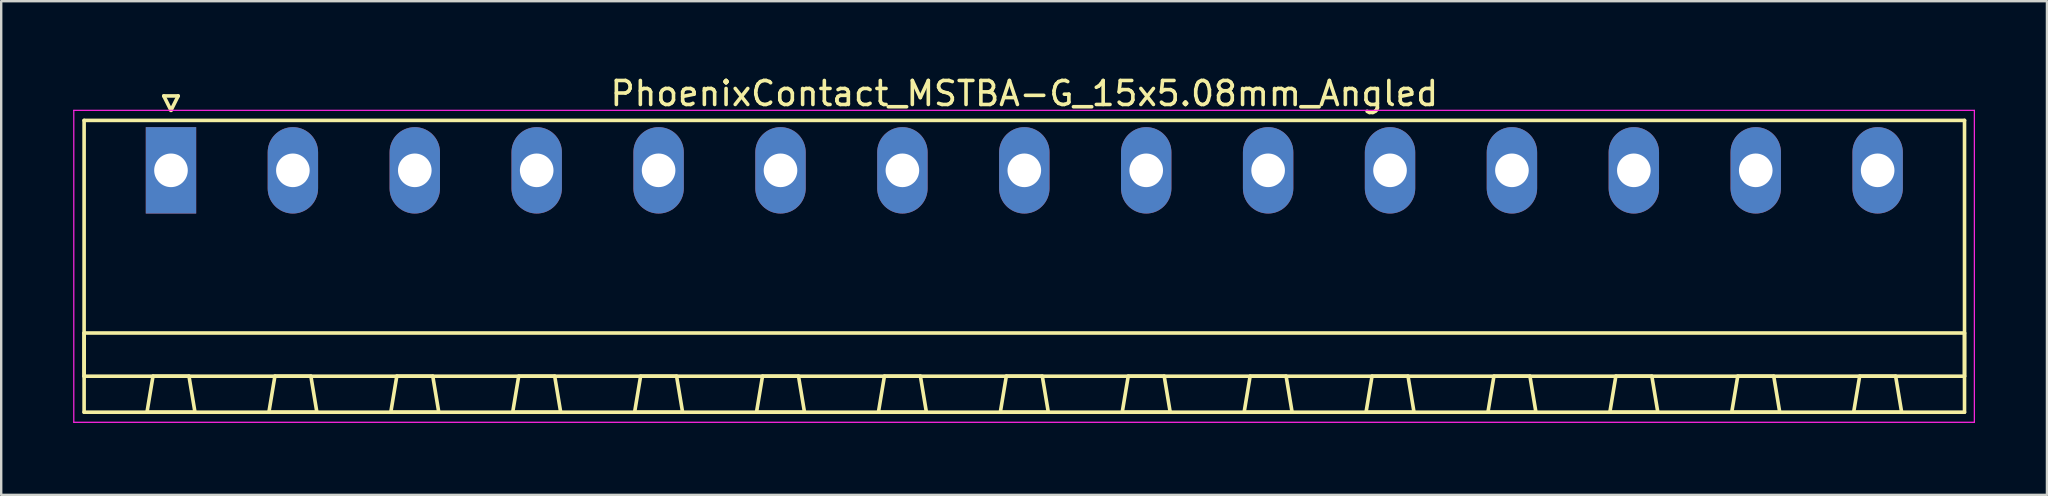
<source format=kicad_pcb>
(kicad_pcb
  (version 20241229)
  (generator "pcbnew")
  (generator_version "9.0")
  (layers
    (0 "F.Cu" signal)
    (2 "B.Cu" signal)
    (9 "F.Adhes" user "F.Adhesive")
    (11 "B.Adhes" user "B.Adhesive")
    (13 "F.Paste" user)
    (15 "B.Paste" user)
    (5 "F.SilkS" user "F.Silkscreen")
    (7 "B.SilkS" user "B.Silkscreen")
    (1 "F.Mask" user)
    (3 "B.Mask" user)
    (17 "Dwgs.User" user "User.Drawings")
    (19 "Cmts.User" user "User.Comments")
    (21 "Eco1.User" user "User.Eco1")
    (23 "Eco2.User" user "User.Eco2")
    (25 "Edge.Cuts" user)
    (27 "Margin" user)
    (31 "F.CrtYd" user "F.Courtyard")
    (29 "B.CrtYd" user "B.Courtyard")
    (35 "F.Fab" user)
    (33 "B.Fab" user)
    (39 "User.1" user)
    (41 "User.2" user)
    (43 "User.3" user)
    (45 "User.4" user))
  (footprint "PhoenixContact_MSTBA-G_15x5.08mm_Angled"
    (layer "F.Cu")
    (at 4.075 4.048)
    (property "Reference" "PhoenixContact_MSTBA-G_15x5.08mm_Angled" (at 35.56 -3.2 0) (layer "F.SilkS") (effects (font (size 1 1) (thickness 0.15))))
    (attr through_hole)
    (fp_line (start -3.62 -2.08) (end -3.62 10.08) (stroke (width 0.15) (type solid)) (layer "F.SilkS"))
    (fp_line (start -3.62 6.78) (end 74.74 6.78) (stroke (width 0.15) (type solid)) (layer "F.SilkS"))
    (fp_line (start -3.62 8.58) (end -3.62 6.78) (stroke (width 0.15) (type solid)) (layer "F.SilkS"))
    (fp_line (start -3.62 10.08) (end 74.74 10.08) (stroke (width 0.15) (type solid)) (layer "F.SilkS"))
    (fp_line (start -1 10.08) (end 1 10.08) (stroke (width 0.15) (type solid)) (layer "F.SilkS"))
    (fp_line (start -0.75 8.58) (end -1 10.08) (stroke (width 0.15) (type solid)) (layer "F.SilkS"))
    (fp_line (start -0.3 -3.1) (end 0 -2.5) (stroke (width 0.15) (type solid)) (layer "F.SilkS"))
    (fp_line (start 0 -2.5) (end 0.3 -3.1) (stroke (width 0.15) (type solid)) (layer "F.SilkS"))
    (fp_line (start 0.3 -3.1) (end -0.3 -3.1) (stroke (width 0.15) (type solid)) (layer "F.SilkS"))
    (fp_line (start 0.75 8.58) (end -0.75 8.58) (stroke (width 0.15) (type solid)) (layer "F.SilkS"))
    (fp_line (start 1 10.08) (end 0.75 8.58) (stroke (width 0.15) (type solid)) (layer "F.SilkS"))
    (fp_line (start 4.08 10.08) (end 6.08 10.08) (stroke (width 0.15) (type solid)) (layer "F.SilkS"))
    (fp_line (start 4.33 8.58) (end 4.08 10.08) (stroke (width 0.15) (type solid)) (layer "F.SilkS"))
    (fp_line (start 5.83 8.58) (end 4.33 8.58) (stroke (width 0.15) (type solid)) (layer "F.SilkS"))
    (fp_line (start 6.08 10.08) (end 5.83 8.58) (stroke (width 0.15) (type solid)) (layer "F.SilkS"))
    (fp_line (start 9.16 10.08) (end 11.16 10.08) (stroke (width 0.15) (type solid)) (layer "F.SilkS"))
    (fp_line (start 9.41 8.58) (end 9.16 10.08) (stroke (width 0.15) (type solid)) (layer "F.SilkS"))
    (fp_line (start 10.91 8.58) (end 9.41 8.58) (stroke (width 0.15) (type solid)) (layer "F.SilkS"))
    (fp_line (start 11.16 10.08) (end 10.91 8.58) (stroke (width 0.15) (type solid)) (layer "F.SilkS"))
    (fp_line (start 14.24 10.08) (end 16.24 10.08) (stroke (width 0.15) (type solid)) (layer "F.SilkS"))
    (fp_line (start 14.49 8.58) (end 14.24 10.08) (stroke (width 0.15) (type solid)) (layer "F.SilkS"))
    (fp_line (start 15.99 8.58) (end 14.49 8.58) (stroke (width 0.15) (type solid)) (layer "F.SilkS"))
    (fp_line (start 16.24 10.08) (end 15.99 8.58) (stroke (width 0.15) (type solid)) (layer "F.SilkS"))
    (fp_line (start 19.32 10.08) (end 21.32 10.08) (stroke (width 0.15) (type solid)) (layer "F.SilkS"))
    (fp_line (start 19.57 8.58) (end 19.32 10.08) (stroke (width 0.15) (type solid)) (layer "F.SilkS"))
    (fp_line (start 21.07 8.58) (end 19.57 8.58) (stroke (width 0.15) (type solid)) (layer "F.SilkS"))
    (fp_line (start 21.32 10.08) (end 21.07 8.58) (stroke (width 0.15) (type solid)) (layer "F.SilkS"))
    (fp_line (start 24.4 10.08) (end 26.4 10.08) (stroke (width 0.15) (type solid)) (layer "F.SilkS"))
    (fp_line (start 24.65 8.58) (end 24.4 10.08) (stroke (width 0.15) (type solid)) (layer "F.SilkS"))
    (fp_line (start 26.15 8.58) (end 24.65 8.58) (stroke (width 0.15) (type solid)) (layer "F.SilkS"))
    (fp_line (start 26.4 10.08) (end 26.15 8.58) (stroke (width 0.15) (type solid)) (layer "F.SilkS"))
    (fp_line (start 29.48 10.08) (end 31.48 10.08) (stroke (width 0.15) (type solid)) (layer "F.SilkS"))
    (fp_line (start 29.73 8.58) (end 29.48 10.08) (stroke (width 0.15) (type solid)) (layer "F.SilkS"))
    (fp_line (start 31.23 8.58) (end 29.73 8.58) (stroke (width 0.15) (type solid)) (layer "F.SilkS"))
    (fp_line (start 31.48 10.08) (end 31.23 8.58) (stroke (width 0.15) (type solid)) (layer "F.SilkS"))
    (fp_line (start 34.56 10.08) (end 36.56 10.08) (stroke (width 0.15) (type solid)) (layer "F.SilkS"))
    (fp_line (start 34.81 8.58) (end 34.56 10.08) (stroke (width 0.15) (type solid)) (layer "F.SilkS"))
    (fp_line (start 36.31 8.58) (end 34.81 8.58) (stroke (width 0.15) (type solid)) (layer "F.SilkS"))
    (fp_line (start 36.56 10.08) (end 36.31 8.58) (stroke (width 0.15) (type solid)) (layer "F.SilkS"))
    (fp_line (start 39.64 10.08) (end 41.64 10.08) (stroke (width 0.15) (type solid)) (layer "F.SilkS"))
    (fp_line (start 39.89 8.58) (end 39.64 10.08) (stroke (width 0.15) (type solid)) (layer "F.SilkS"))
    (fp_line (start 41.39 8.58) (end 39.89 8.58) (stroke (width 0.15) (type solid)) (layer "F.SilkS"))
    (fp_line (start 41.64 10.08) (end 41.39 8.58) (stroke (width 0.15) (type solid)) (layer "F.SilkS"))
    (fp_line (start 44.72 10.08) (end 46.72 10.08) (stroke (width 0.15) (type solid)) (layer "F.SilkS"))
    (fp_line (start 44.97 8.58) (end 44.72 10.08) (stroke (width 0.15) (type solid)) (layer "F.SilkS"))
    (fp_line (start 46.47 8.58) (end 44.97 8.58) (stroke (width 0.15) (type solid)) (layer "F.SilkS"))
    (fp_line (start 46.72 10.08) (end 46.47 8.58) (stroke (width 0.15) (type solid)) (layer "F.SilkS"))
    (fp_line (start 49.8 10.08) (end 51.8 10.08) (stroke (width 0.15) (type solid)) (layer "F.SilkS"))
    (fp_line (start 50.05 8.58) (end 49.8 10.08) (stroke (width 0.15) (type solid)) (layer "F.SilkS"))
    (fp_line (start 51.55 8.58) (end 50.05 8.58) (stroke (width 0.15) (type solid)) (layer "F.SilkS"))
    (fp_line (start 51.8 10.08) (end 51.55 8.58) (stroke (width 0.15) (type solid)) (layer "F.SilkS"))
    (fp_line (start 54.88 10.08) (end 56.88 10.08) (stroke (width 0.15) (type solid)) (layer "F.SilkS"))
    (fp_line (start 55.13 8.58) (end 54.88 10.08) (stroke (width 0.15) (type solid)) (layer "F.SilkS"))
    (fp_line (start 56.63 8.58) (end 55.13 8.58) (stroke (width 0.15) (type solid)) (layer "F.SilkS"))
    (fp_line (start 56.88 10.08) (end 56.63 8.58) (stroke (width 0.15) (type solid)) (layer "F.SilkS"))
    (fp_line (start 59.96 10.08) (end 61.96 10.08) (stroke (width 0.15) (type solid)) (layer "F.SilkS"))
    (fp_line (start 60.21 8.58) (end 59.96 10.08) (stroke (width 0.15) (type solid)) (layer "F.SilkS"))
    (fp_line (start 61.71 8.58) (end 60.21 8.58) (stroke (width 0.15) (type solid)) (layer "F.SilkS"))
    (fp_line (start 61.96 10.08) (end 61.71 8.58) (stroke (width 0.15) (type solid)) (layer "F.SilkS"))
    (fp_line (start 65.04 10.08) (end 67.04 10.08) (stroke (width 0.15) (type solid)) (layer "F.SilkS"))
    (fp_line (start 65.29 8.58) (end 65.04 10.08) (stroke (width 0.15) (type solid)) (layer "F.SilkS"))
    (fp_line (start 66.79 8.58) (end 65.29 8.58) (stroke (width 0.15) (type solid)) (layer "F.SilkS"))
    (fp_line (start 67.04 10.08) (end 66.79 8.58) (stroke (width 0.15) (type solid)) (layer "F.SilkS"))
    (fp_line (start 70.12 10.08) (end 72.12 10.08) (stroke (width 0.15) (type solid)) (layer "F.SilkS"))
    (fp_line (start 70.37 8.58) (end 70.12 10.08) (stroke (width 0.15) (type solid)) (layer "F.SilkS"))
    (fp_line (start 71.87 8.58) (end 70.37 8.58) (stroke (width 0.15) (type solid)) (layer "F.SilkS"))
    (fp_line (start 72.12 10.08) (end 71.87 8.58) (stroke (width 0.15) (type solid)) (layer "F.SilkS"))
    (fp_line (start 74.74 -2.08) (end -3.62 -2.08) (stroke (width 0.15) (type solid)) (layer "F.SilkS"))
    (fp_line (start 74.74 6.78) (end 74.74 8.58) (stroke (width 0.15) (type solid)) (layer "F.SilkS"))
    (fp_line (start 74.74 8.58) (end -3.62 8.58) (stroke (width 0.15) (type solid)) (layer "F.SilkS"))
    (fp_line (start 74.74 10.08) (end 74.74 -2.08) (stroke (width 0.15) (type solid)) (layer "F.SilkS"))
    (fp_line (start -4.05 -2.5) (end -4.05 10.5) (stroke (width 0.05) (type solid)) (layer "F.CrtYd"))
    (fp_line (start -4.05 10.5) (end 75.15 10.5) (stroke (width 0.05) (type solid)) (layer "F.CrtYd"))
    (fp_line (start 75.15 -2.5) (end -4.05 -2.5) (stroke (width 0.05) (type solid)) (layer "F.CrtYd"))
    (fp_line (start 75.15 10.5) (end 75.15 -2.5) (stroke (width 0.05) (type solid)) (layer "F.CrtYd"))
    (pad "1" thru_hole rect (at 0 0) (size 2.1 3.6) (drill 1.4) (layers "*.Cu" "*.Mask"))
    (pad "2" thru_hole oval (at 5.08 0) (size 2.1 3.6) (drill 1.4) (layers "*.Cu" "*.Mask"))
    (pad "3" thru_hole oval (at 10.16 0) (size 2.1 3.6) (drill 1.4) (layers "*.Cu" "*.Mask"))
    (pad "4" thru_hole oval (at 15.24 0) (size 2.1 3.6) (drill 1.4) (layers "*.Cu" "*.Mask"))
    (pad "5" thru_hole oval (at 20.32 0) (size 2.1 3.6) (drill 1.4) (layers "*.Cu" "*.Mask"))
    (pad "6" thru_hole oval (at 25.4 0) (size 2.1 3.6) (drill 1.4) (layers "*.Cu" "*.Mask"))
    (pad "7" thru_hole oval (at 30.48 0) (size 2.1 3.6) (drill 1.4) (layers "*.Cu" "*.Mask"))
    (pad "8" thru_hole oval (at 35.56 0) (size 2.1 3.6) (drill 1.4) (layers "*.Cu" "*.Mask"))
    (pad "9" thru_hole oval (at 40.64 0) (size 2.1 3.6) (drill 1.4) (layers "*.Cu" "*.Mask"))
    (pad "10" thru_hole oval (at 45.72 0) (size 2.1 3.6) (drill 1.4) (layers "*.Cu" "*.Mask"))
    (pad "11" thru_hole oval (at 50.8 0) (size 2.1 3.6) (drill 1.4) (layers "*.Cu" "*.Mask"))
    (pad "12" thru_hole oval (at 55.88 0) (size 2.1 3.6) (drill 1.4) (layers "*.Cu" "*.Mask"))
    (pad "13" thru_hole oval (at 60.96 0) (size 2.1 3.6) (drill 1.4) (layers "*.Cu" "*.Mask"))
    (pad "14" thru_hole oval (at 66.04 0) (size 2.1 3.6) (drill 1.4) (layers "*.Cu" "*.Mask"))
    (pad "15" thru_hole oval (at 71.12 0) (size 2.1 3.6) (drill 1.4) (layers "*.Cu" "*.Mask")))
  (gr_rect
    (start -3 -3)
    (end 82.25 17.573)
    (stroke (width 0.1) (type default))
    (fill no)
    (layer "Edge.Cuts")))
</source>
